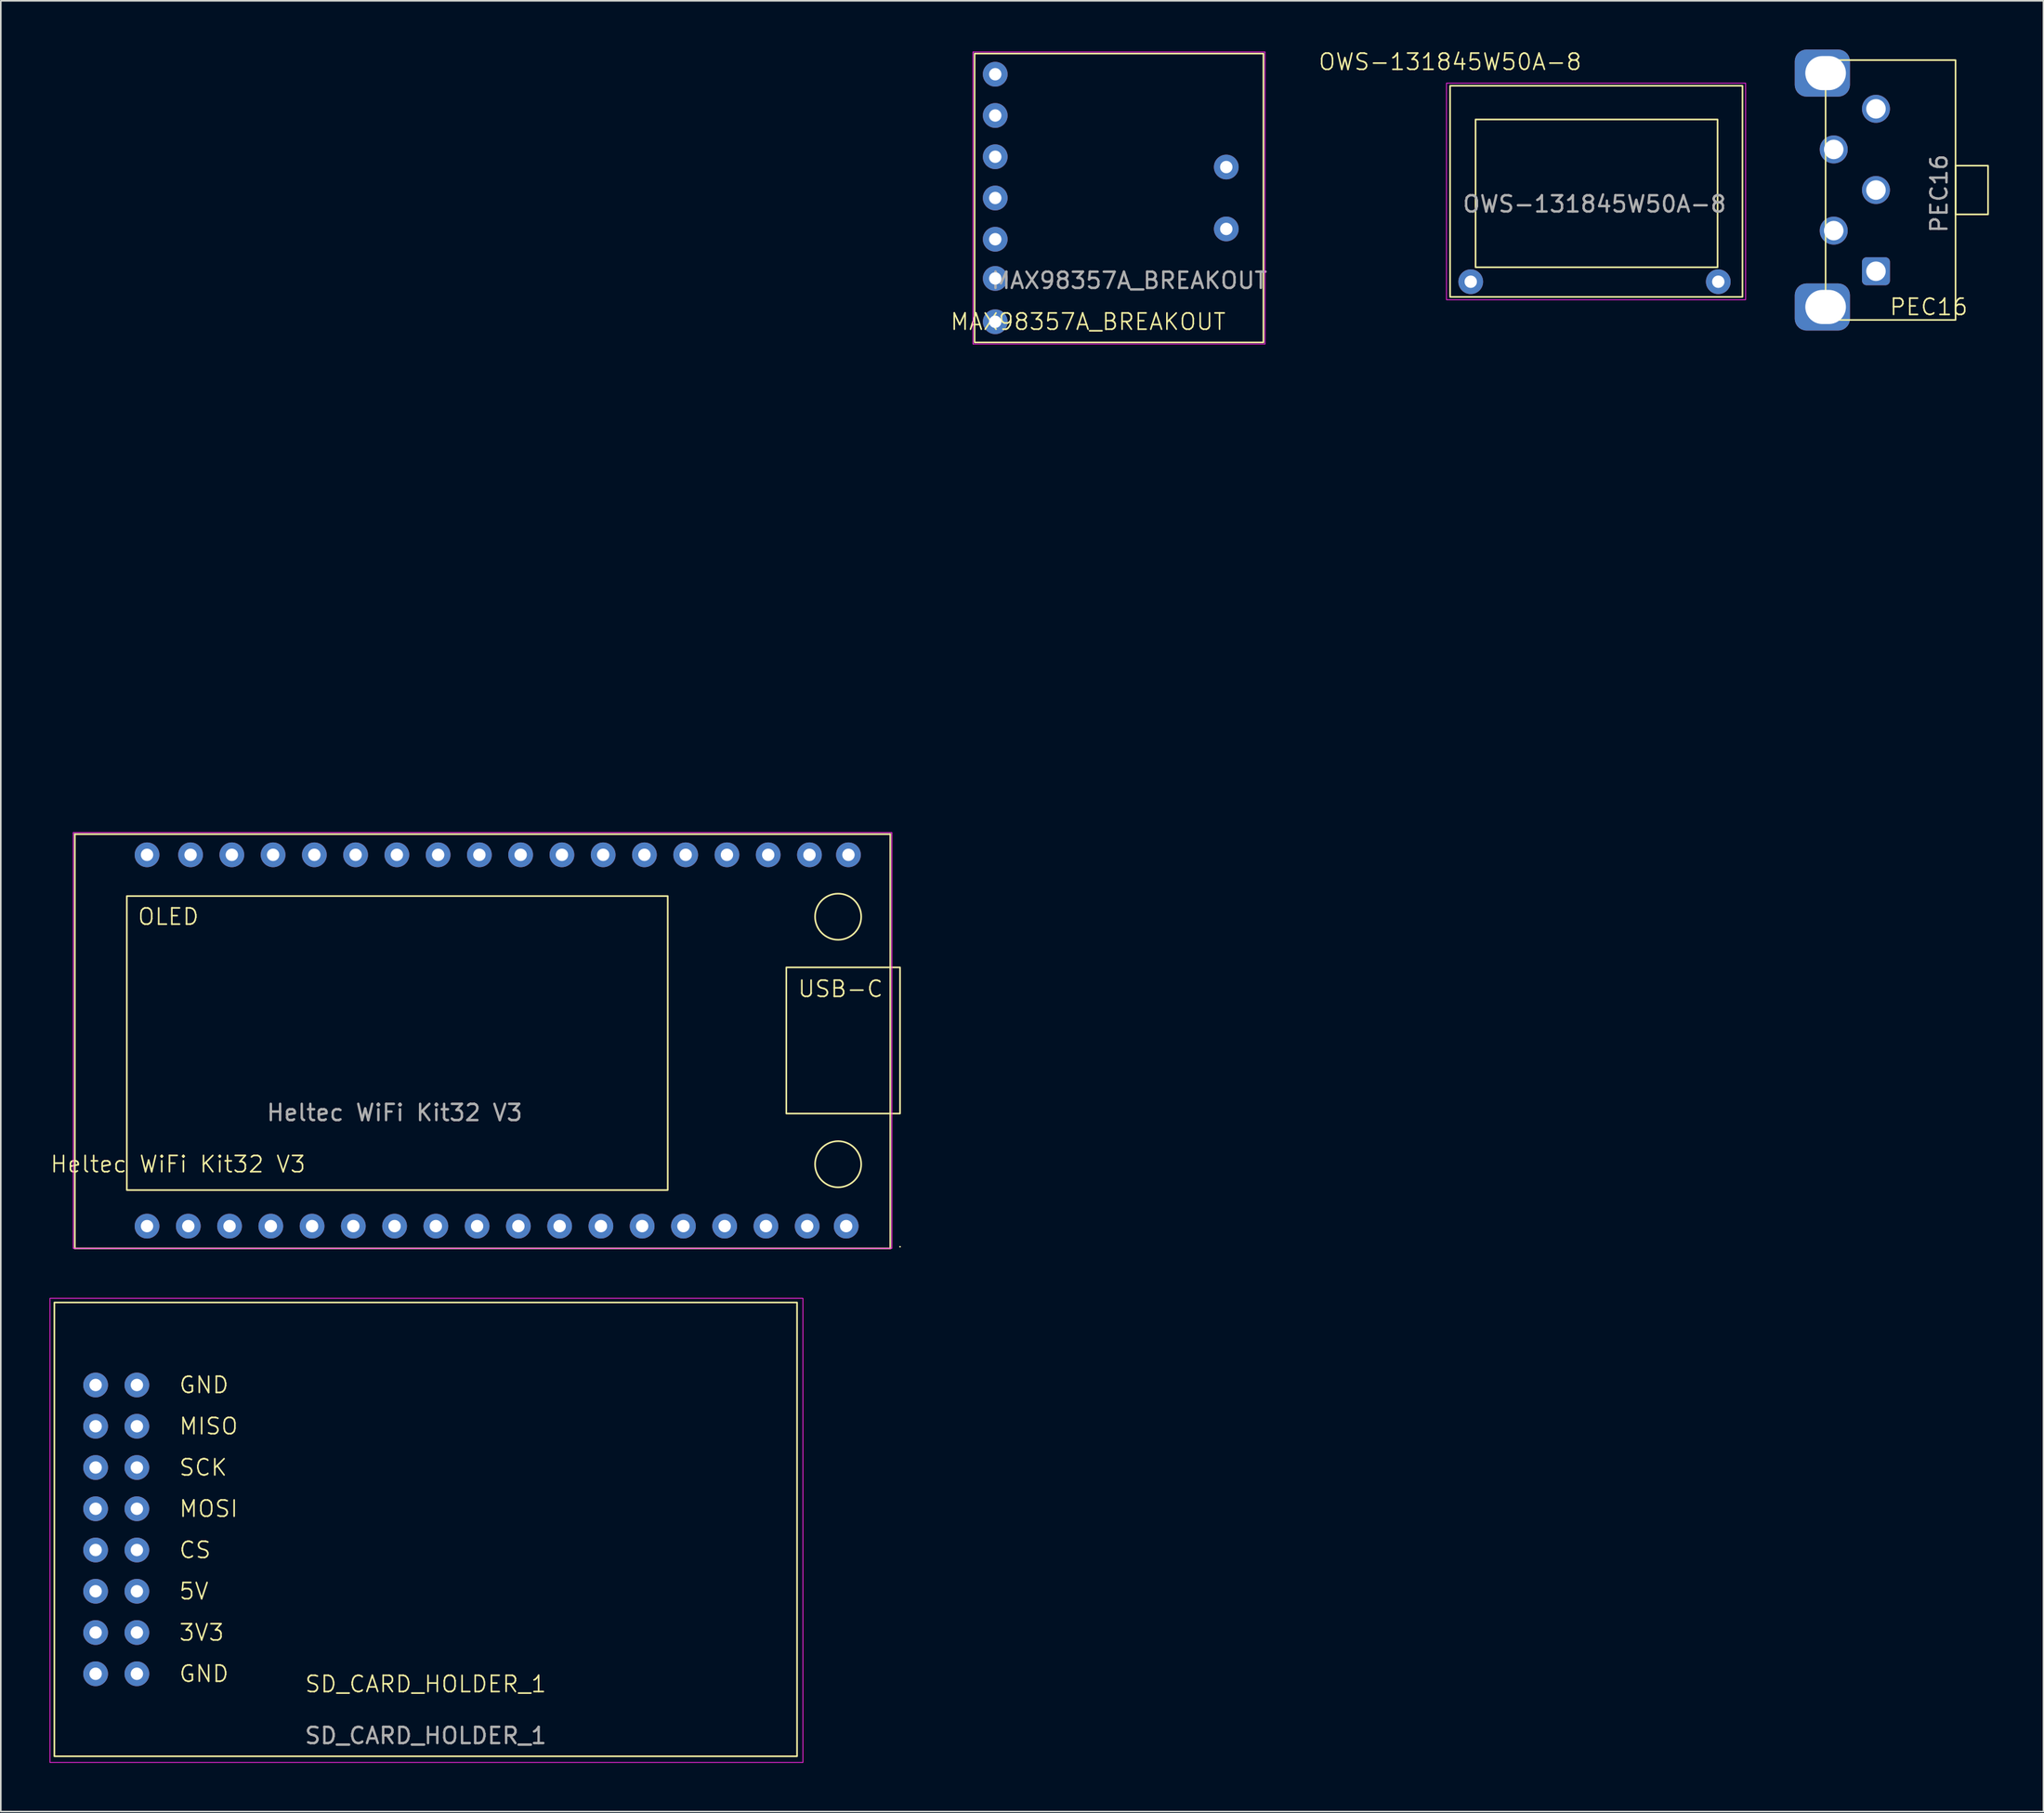
<source format=kicad_pcb>
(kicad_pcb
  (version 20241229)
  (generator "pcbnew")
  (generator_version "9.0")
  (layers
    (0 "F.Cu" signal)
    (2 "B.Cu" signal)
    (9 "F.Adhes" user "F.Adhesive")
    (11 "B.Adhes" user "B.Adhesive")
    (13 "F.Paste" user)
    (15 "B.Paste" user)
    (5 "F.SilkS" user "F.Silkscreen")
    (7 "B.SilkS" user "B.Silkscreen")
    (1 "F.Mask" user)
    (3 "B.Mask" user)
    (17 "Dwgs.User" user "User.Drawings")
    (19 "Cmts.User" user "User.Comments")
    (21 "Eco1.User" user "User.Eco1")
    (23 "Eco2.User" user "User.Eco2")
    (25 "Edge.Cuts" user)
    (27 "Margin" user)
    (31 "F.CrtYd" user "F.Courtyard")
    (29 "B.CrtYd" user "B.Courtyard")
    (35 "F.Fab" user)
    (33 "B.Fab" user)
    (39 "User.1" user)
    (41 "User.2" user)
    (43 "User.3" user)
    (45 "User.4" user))
  (footprint "MAX98357A_BREAKOUT"
    (layer "F.Cu")
    (at 56.948 0.25)
    (property "Reference" "MAX98357A_BREAKOUT" (at 6.985 16.51 0) (unlocked yes) (layer "F.SilkS") (effects (font (size 1 1) (thickness 0.1))))
    (attr through_hole)
    (fp_rect (start 0 0) (end 17.78 17.78) (stroke (width 0.1) (type default)) (fill no) (layer "F.SilkS"))
    (fp_rect (start -0.1 -0.1) (end 17.88 17.88) (stroke (width 0.05) (type default)) (fill no) (layer "F.CrtYd"))
    (fp_text user "${REFERENCE}" (at 9.525 13.97 0) (unlocked yes) (layer "F.Fab") (effects (font (size 1 1) (thickness 0.15))))
    (pad "1" thru_hole circle (at 1.27 1.27) (size 1.524 1.524) (drill 0.762) (layers "*.Cu" "*.Mask"))
    (pad "2" thru_hole circle (at 1.27 3.81) (size 1.524 1.524) (drill 0.762) (layers "*.Cu" "*.Mask"))
    (pad "3" thru_hole circle (at 1.27 6.35) (size 1.524 1.524) (drill 0.762) (layers "*.Cu" "*.Mask"))
    (pad "4" thru_hole circle (at 1.27 8.89) (size 1.524 1.524) (drill 0.762) (layers "*.Cu" "*.Mask"))
    (pad "5" thru_hole circle (at 1.27 11.43) (size 1.524 1.524) (drill 0.762) (layers "*.Cu" "*.Mask"))
    (pad "6" thru_hole circle (at 1.27 13.843) (size 1.524 1.524) (drill 0.762) (layers "*.Cu" "*.Mask"))
    (pad "7" thru_hole circle (at 1.27 16.51) (size 1.524 1.524) (drill 0.762) (layers "*.Cu" "*.Mask"))
    (pad "8" thru_hole circle (at 15.494 6.985) (size 1.524 1.524) (drill 0.762) (layers "*.Cu" "*.Mask"))
    (pad "9" thru_hole circle (at 15.494 10.795) (size 1.524 1.524) (drill 0.762) (layers "*.Cu" "*.Mask")))
  (footprint "PEC16"
    (layer "F.Cu")
    (at 119.497 17.755)
    (property "Reference" "PEC16" (at -3.81 -1.905 0) (unlocked yes) (layer "F.SilkS") (effects (font (size 1 1) (thickness 0.1))))
    (attr smd)
    (fp_rect (start -10.16 -17.105) (end -2.16 -1.105) (stroke (width 0.1) (type default)) (fill no) (layer "F.SilkS"))
    (fp_rect (start -2.16 -10.605) (end -0.16 -7.605) (stroke (width 0.1) (type default)) (fill no) (layer "F.SilkS"))
    (fp_text user "${REFERENCE}" (at -3.175 -8.89 90) (unlocked yes) (layer "F.Fab") (effects (font (size 1 1) (thickness 0.15))))
    (pad "A" thru_hole roundrect (at -7.06 -4.105 90) (size 1.724 1.724) (drill 1.2) (layers "*.Cu" "*.Mask") (roundrect_rratio 0.164))
    (pad "B" thru_hole circle (at -7.06 -9.105 90) (size 1.724 1.724) (drill 1.2) (layers "*.Cu" "*.Mask"))
    (pad "C" thru_hole circle (at -7.06 -14.105 90) (size 1.724 1.724) (drill 1.2) (layers "*.Cu" "*.Mask"))
    (pad "S1" thru_hole circle (at -9.66 -6.605 90) (size 1.724 1.724) (drill 1.2) (layers "*.Cu" "*.Mask"))
    (pad "S2" thru_hole circle (at -9.66 -11.605 90) (size 1.724 1.724) (drill 1.2) (layers "*.Cu" "*.Mask"))
    (pad "SH" thru_hole roundrect (at -10.16 -16.305 180) (size 3.4 2.9) (drill oval 2.5 2.1 (offset 0.2 0)) (layers "*.Cu" "*.Mask") (roundrect_rratio 0.25))
    (pad "SH" thru_hole roundrect (at -10.16 -1.905 180) (size 3.4 2.9) (drill oval 2.5 2.1 (offset 0.2 0)) (layers "*.Cu" "*.Mask") (roundrect_rratio 0.25)))
  (footprint "OWS-131845W50A-8"
    (layer "F.Cu")
    (at 86.22 1.26)
    (property "Reference" "OWS-131845W50A-8" (at 0 -0.5 0) (unlocked yes) (layer "F.SilkS") (effects (font (size 1 1) (thickness 0.1))))
    (fp_rect (start 0 0.97) (end 18 13.97) (stroke (width 0.1) (type default)) (fill no) (layer "F.SilkS"))
    (fp_rect (start 1.567 3.046) (end 16.467 12.146) (stroke (width 0.1) (type default)) (fill no) (layer "F.SilkS"))
    (fp_rect (start -0.223 0.81) (end 18.192 14.145) (stroke (width 0.05) (type default)) (fill no) (layer "F.CrtYd"))
    (fp_text user "${REFERENCE}" (at 8.89 8.255 0) (unlocked yes) (layer "F.Fab") (effects (font (size 1 1) (thickness 0.15))))
    (pad "1" thru_hole circle (at 1.27 13.035) (size 1.524 1.524) (drill 0.762) (layers "*.Cu" "*.Mask"))
    (pad "2" thru_hole circle (at 16.51 13.035) (size 1.524 1.524) (drill 0.762) (layers "*.Cu" "*.Mask")))
  (footprint "Heltec WiFi Kit32 V3"
    (layer "F.Cu")
    (at 1.557 48.31)
    (property "Reference" "Heltec WiFi Kit32 V3" (at 6.35 20.32 0) (unlocked yes) (layer "F.SilkS") (effects (font (size 1 1) (thickness 0.1))))
    (attr through_hole)
    (fp_line (start 0 0) (end 0 25.5) (stroke (width 0.1) (type default)) (layer "F.SilkS"))
    (fp_line (start 0 0) (end 50.2 0) (stroke (width 0.1) (type default)) (layer "F.SilkS"))
    (fp_line (start 0 25.5) (end 50.2 25.5) (stroke (width 0.1) (type default)) (layer "F.SilkS"))
    (fp_line (start 50.2 25.5) (end 50.2 0) (stroke (width 0.1) (type default)) (layer "F.SilkS"))
    (fp_line (start 50.8 25.4) (end 50.8 25.4) (stroke (width 0.1) (type default)) (layer "F.SilkS"))
    (fp_rect (start 3.2 3.81) (end 36.5 21.91) (stroke (width 0.1) (type default)) (fill no) (layer "F.SilkS"))
    (fp_rect (start 21.59 -48.26) (end 21.59 -48.26) (stroke (width 0.1) (type default)) (fill no) (layer "F.SilkS"))
    (fp_rect (start 43.8 17.2) (end 50.8 8.2) (stroke (width 0.1) (type default)) (fill no) (layer "F.SilkS"))
    (fp_circle (center 46.99 5.08) (end 48.26 5.715) (stroke (width 0.1) (type default)) (fill no) (layer "F.SilkS"))
    (fp_circle (center 46.99 20.32) (end 48.26 20.955) (stroke (width 0.1) (type default)) (fill no) (layer "F.SilkS"))
    (fp_rect (start -0.1 -0.1) (end 50.3 25.5) (stroke (width 0.05) (type default)) (fill no) (layer "F.CrtYd"))
    (fp_text user "OLED" (at 3.81 5.08 0) (unlocked yes) (layer "F.SilkS") (effects (font (size 1 1) (thickness 0.1)) (justify left)))
    (fp_text user "USB-C" (at 44.45 9.525 0) (unlocked yes) (layer "F.SilkS") (effects (font (size 1 1) (thickness 0.1)) (justify left)))
    (fp_text user "${REFERENCE}" (at 19.685 17.145 0) (unlocked yes) (layer "F.Fab") (effects (font (size 1 1) (thickness 0.15))))
    (pad "J2_1" thru_hole circle (at 47.625 1.27) (size 1.524 1.524) (drill 0.762) (layers "*.Cu" "*.Mask"))
    (pad "J2_2" thru_hole circle (at 45.225 1.27) (size 1.524 1.524) (drill 0.762) (layers "*.Cu" "*.Mask"))
    (pad "J2_3" thru_hole circle (at 42.685 1.27) (size 1.524 1.524) (drill 0.762) (layers "*.Cu" "*.Mask"))
    (pad "J2_4" thru_hole circle (at 40.145 1.27) (size 1.524 1.524) (drill 0.762) (layers "*.Cu" "*.Mask"))
    (pad "J2_5" thru_hole circle (at 37.605 1.27) (size 1.524 1.524) (drill 0.762) (layers "*.Cu" "*.Mask"))
    (pad "J2_6" thru_hole circle (at 35.065 1.27) (size 1.524 1.524) (drill 0.762) (layers "*.Cu" "*.Mask"))
    (pad "J2_7" thru_hole circle (at 32.525 1.27) (size 1.524 1.524) (drill 0.762) (layers "*.Cu" "*.Mask"))
    (pad "J2_8" thru_hole circle (at 29.985 1.27) (size 1.524 1.524) (drill 0.762) (layers "*.Cu" "*.Mask"))
    (pad "J2_9" thru_hole circle (at 27.445 1.27) (size 1.524 1.524) (drill 0.762) (layers "*.Cu" "*.Mask"))
    (pad "J2_10" thru_hole circle (at 24.905 1.27) (size 1.524 1.524) (drill 0.762) (layers "*.Cu" "*.Mask"))
    (pad "J2_11" thru_hole circle (at 22.365 1.27) (size 1.524 1.524) (drill 0.762) (layers "*.Cu" "*.Mask"))
    (pad "J2_12" thru_hole circle (at 19.825 1.27) (size 1.524 1.524) (drill 0.762) (layers "*.Cu" "*.Mask"))
    (pad "J2_13" thru_hole circle (at 17.285 1.27) (size 1.524 1.524) (drill 0.762) (layers "*.Cu" "*.Mask"))
    (pad "J2_14" thru_hole circle (at 14.745 1.27) (size 1.524 1.524) (drill 0.762) (layers "*.Cu" "*.Mask"))
    (pad "J2_15" thru_hole circle (at 12.205 1.27) (size 1.524 1.524) (drill 0.762) (layers "*.Cu" "*.Mask"))
    (pad "J2_16" thru_hole circle (at 9.665 1.27) (size 1.524 1.524) (drill 0.762) (layers "*.Cu" "*.Mask"))
    (pad "J2_17" thru_hole circle (at 7.125 1.27) (size 1.524 1.524) (drill 0.762) (layers "*.Cu" "*.Mask"))
    (pad "J2_18" thru_hole circle (at 4.445 1.27) (size 1.524 1.524) (drill 0.762) (layers "*.Cu" "*.Mask"))
    (pad "J3_1" thru_hole circle (at 47.485 24.13) (size 1.524 1.524) (drill 0.762) (layers "*.Cu" "*.Mask"))
    (pad "J3_2" thru_hole circle (at 45.085 24.13) (size 1.524 1.524) (drill 0.762) (layers "*.Cu" "*.Mask"))
    (pad "J3_3" thru_hole circle (at 42.545 24.13) (size 1.524 1.524) (drill 0.762) (layers "*.Cu" "*.Mask"))
    (pad "J3_4" thru_hole circle (at 40.005 24.13) (size 1.524 1.524) (drill 0.762) (layers "*.Cu" "*.Mask"))
    (pad "J3_5" thru_hole circle (at 37.465 24.13) (size 1.524 1.524) (drill 0.762) (layers "*.Cu" "*.Mask"))
    (pad "J3_6" thru_hole circle (at 34.925 24.13) (size 1.524 1.524) (drill 0.762) (layers "*.Cu" "*.Mask"))
    (pad "J3_7" thru_hole circle (at 32.385 24.13) (size 1.524 1.524) (drill 0.762) (layers "*.Cu" "*.Mask"))
    (pad "J3_8" thru_hole circle (at 29.845 24.13) (size 1.524 1.524) (drill 0.762) (layers "*.Cu" "*.Mask"))
    (pad "J3_9" thru_hole circle (at 27.305 24.13) (size 1.524 1.524) (drill 0.762) (layers "*.Cu" "*.Mask"))
    (pad "J3_10" thru_hole circle (at 24.765 24.13) (size 1.524 1.524) (drill 0.762) (layers "*.Cu" "*.Mask"))
    (pad "J3_11" thru_hole circle (at 22.225 24.13) (size 1.524 1.524) (drill 0.762) (layers "*.Cu" "*.Mask"))
    (pad "J3_12" thru_hole circle (at 19.685 24.13) (size 1.524 1.524) (drill 0.762) (layers "*.Cu" "*.Mask"))
    (pad "J3_13" thru_hole circle (at 17.145 24.13) (size 1.524 1.524) (drill 0.762) (layers "*.Cu" "*.Mask"))
    (pad "J3_14" thru_hole circle (at 14.605 24.13) (size 1.524 1.524) (drill 0.762) (layers "*.Cu" "*.Mask"))
    (pad "J3_15" thru_hole circle (at 12.065 24.13) (size 1.524 1.524) (drill 0.762) (layers "*.Cu" "*.Mask"))
    (pad "J3_16" thru_hole circle (at 9.525 24.13) (size 1.524 1.524) (drill 0.762) (layers "*.Cu" "*.Mask"))
    (pad "J3_17" thru_hole circle (at 6.985 24.13) (size 1.524 1.524) (drill 0.762) (layers "*.Cu" "*.Mask"))
    (pad "J3_18" thru_hole circle (at 4.445 24.13) (size 1.524 1.524) (drill 0.762) (layers "*.Cu" "*.Mask")))
  (footprint "SD_CARD_HOLDER_1"
    (layer "F.Cu")
    (at 23.157 105.082)
    (property "Reference" "SD_CARD_HOLDER_1" (at 0 -4.445 0) (unlocked yes) (layer "F.SilkS") (effects (font (size 1 1) (thickness 0.1))))
    (attr through_hole)
    (fp_rect (start -22.86 -27.94) (end 22.86 0) (stroke (width 0.1) (type default)) (fill no) (layer "F.SilkS"))
    (fp_rect (start -23.132 -28.197) (end 23.223 0.378) (stroke (width 0.05) (type default)) (fill no) (layer "F.CrtYd"))
    (fp_text user "MISO" (at -15.24 -20.32 0) (unlocked yes) (layer "F.SilkS") (effects (font (size 1 1) (thickness 0.1)) (justify left)))
    (fp_text user "CS" (at -15.24 -12.7 0) (unlocked yes) (layer "F.SilkS") (effects (font (size 1 1) (thickness 0.1)) (justify left)))
    (fp_text user "GND" (at -15.24 -22.86 0) (unlocked yes) (layer "F.SilkS") (effects (font (size 1 1) (thickness 0.1)) (justify left)))
    (fp_text user "MOSI" (at -15.24 -15.24 0) (unlocked yes) (layer "F.SilkS") (effects (font (size 1 1) (thickness 0.1)) (justify left)))
    (fp_text user "3V3" (at -15.24 -7.62 0) (unlocked yes) (layer "F.SilkS") (effects (font (size 1 1) (thickness 0.1)) (justify left)))
    (fp_text user "SCK" (at -15.24 -17.78 0) (unlocked yes) (layer "F.SilkS") (effects (font (size 1 1) (thickness 0.1)) (justify left)))
    (fp_text user "GND" (at -15.24 -5.08 0) (unlocked yes) (layer "F.SilkS") (effects (font (size 1 1) (thickness 0.1)) (justify left)))
    (fp_text user "5V" (at -15.24 -10.16 0) (unlocked yes) (layer "F.SilkS") (effects (font (size 1 1) (thickness 0.1)) (justify left)))
    (fp_text user "${REFERENCE}" (at 0 -1.27 0) (unlocked yes) (layer "F.Fab") (effects (font (size 1 1) (thickness 0.15))))
    (pad "1" thru_hole circle (at -20.32 -22.86) (size 1.524 1.524) (drill 0.762) (layers "*.Cu" "*.Mask"))
    (pad "2" thru_hole circle (at -17.78 -22.86) (size 1.524 1.524) (drill 0.762) (layers "*.Cu" "*.Mask"))
    (pad "3" thru_hole circle (at -20.32 -20.32) (size 1.524 1.524) (drill 0.762) (layers "*.Cu" "*.Mask"))
    (pad "4" thru_hole circle (at -17.78 -20.32) (size 1.524 1.524) (drill 0.762) (layers "*.Cu" "*.Mask"))
    (pad "5" thru_hole circle (at -20.32 -17.78) (size 1.524 1.524) (drill 0.762) (layers "*.Cu" "*.Mask"))
    (pad "6" thru_hole circle (at -17.78 -17.78) (size 1.524 1.524) (drill 0.762) (layers "*.Cu" "*.Mask"))
    (pad "7" thru_hole circle (at -20.32 -15.24) (size 1.524 1.524) (drill 0.762) (layers "*.Cu" "*.Mask"))
    (pad "8" thru_hole circle (at -17.78 -15.24) (size 1.524 1.524) (drill 0.762) (layers "*.Cu" "*.Mask"))
    (pad "9" thru_hole circle (at -20.32 -12.7) (size 1.524 1.524) (drill 0.762) (layers "*.Cu" "*.Mask"))
    (pad "10" thru_hole circle (at -17.78 -12.7) (size 1.524 1.524) (drill 0.762) (layers "*.Cu" "*.Mask"))
    (pad "11" thru_hole circle (at -20.32 -10.16) (size 1.524 1.524) (drill 0.762) (layers "*.Cu" "*.Mask"))
    (pad "12" thru_hole circle (at -17.78 -10.16) (size 1.524 1.524) (drill 0.762) (layers "*.Cu" "*.Mask"))
    (pad "13" thru_hole circle (at -20.32 -7.62) (size 1.524 1.524) (drill 0.762) (layers "*.Cu" "*.Mask"))
    (pad "14" thru_hole circle (at -17.78 -7.62) (size 1.524 1.524) (drill 0.762) (layers "*.Cu" "*.Mask"))
    (pad "15" thru_hole circle (at -20.32 -5.08) (size 1.524 1.524) (drill 0.762) (layers "*.Cu" "*.Mask"))
    (pad "16" thru_hole circle (at -17.78 -5.08) (size 1.524 1.524) (drill 0.762) (layers "*.Cu" "*.Mask")))
  (gr_rect
    (start -3 -3)
    (end 122.747 108.485)
    (stroke (width 0.1) (type default))
    (fill no)
    (layer "Edge.Cuts")))
</source>
